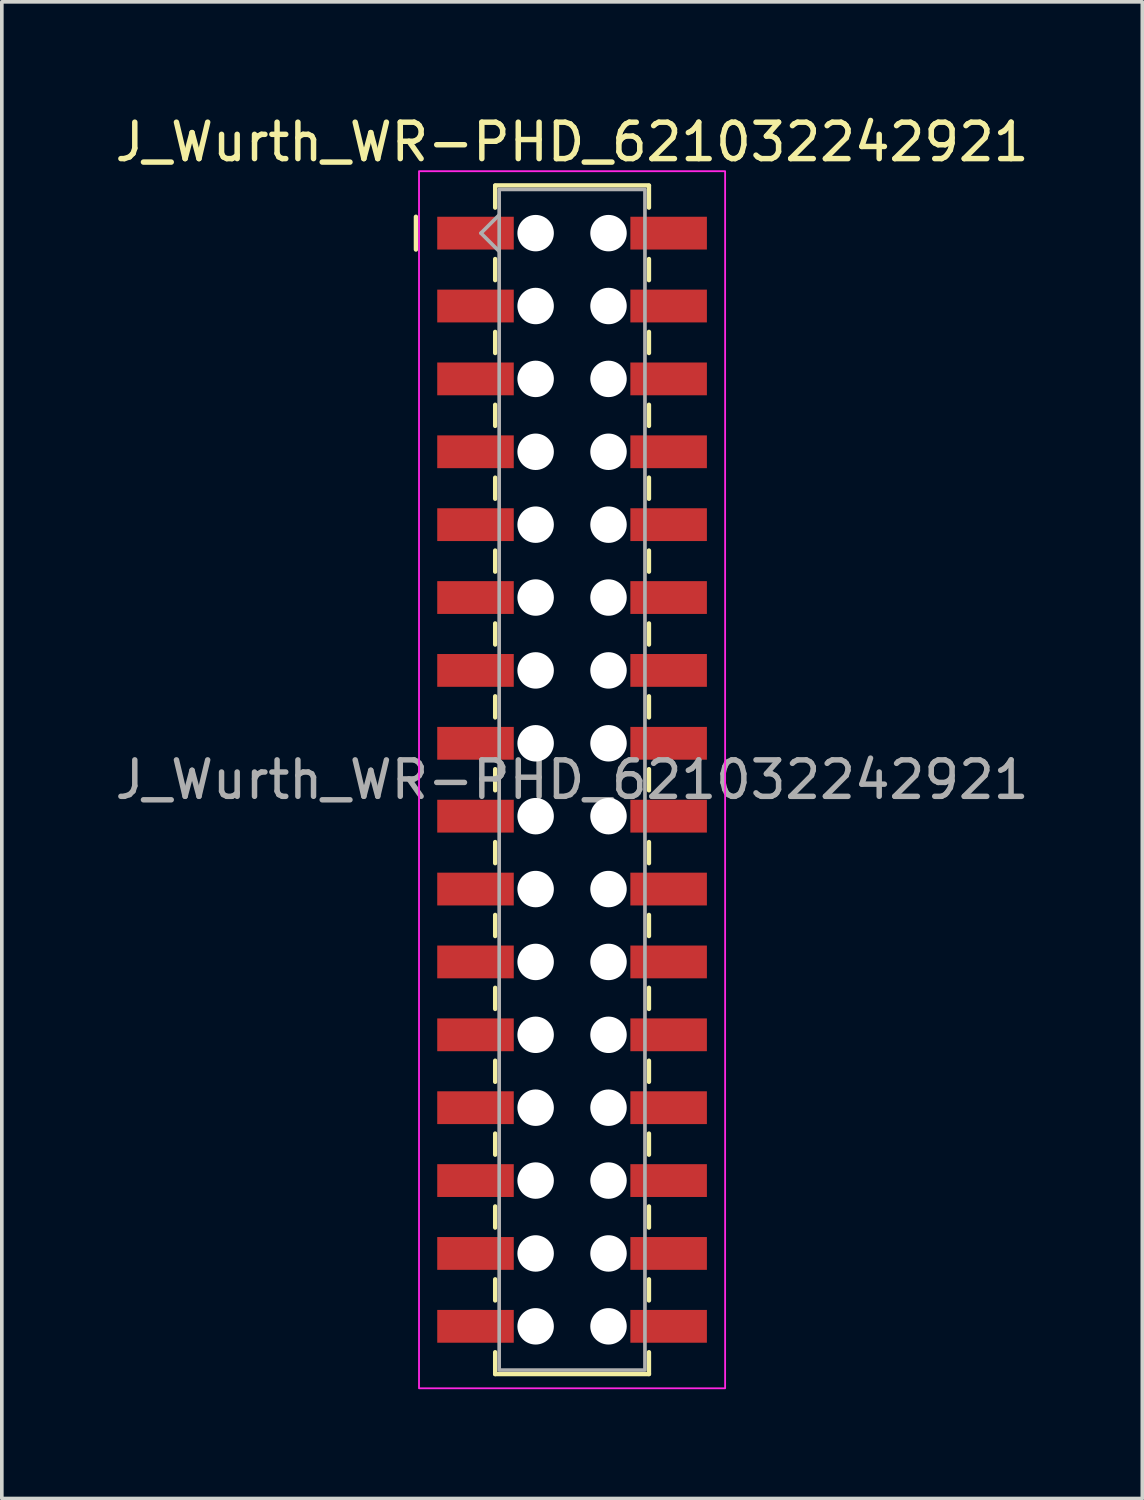
<source format=kicad_pcb>
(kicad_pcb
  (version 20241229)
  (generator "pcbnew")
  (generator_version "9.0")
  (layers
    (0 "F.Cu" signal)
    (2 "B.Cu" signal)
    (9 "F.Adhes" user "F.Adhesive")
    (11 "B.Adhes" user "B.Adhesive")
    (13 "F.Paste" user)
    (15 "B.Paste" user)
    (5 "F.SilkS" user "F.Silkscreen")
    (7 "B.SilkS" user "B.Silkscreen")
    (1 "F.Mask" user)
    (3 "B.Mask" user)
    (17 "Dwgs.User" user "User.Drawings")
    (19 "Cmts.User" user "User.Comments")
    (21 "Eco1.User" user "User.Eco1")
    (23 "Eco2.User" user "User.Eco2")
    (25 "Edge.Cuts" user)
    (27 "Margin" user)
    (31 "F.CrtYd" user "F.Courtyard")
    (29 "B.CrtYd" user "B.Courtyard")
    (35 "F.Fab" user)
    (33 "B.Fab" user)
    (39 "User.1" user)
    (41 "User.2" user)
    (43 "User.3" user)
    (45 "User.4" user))
  (footprint "J_Wurth_WR-PHD_621032242921"
    (layer "F.Cu")
    (at 12.649 18.348)
    (property "Reference" "J_Wurth_WR-PHD_621032242921" (at 0 -17.5 0) (unlocked yes) (layer "F.SilkS") (effects (font (size 1 1) (thickness 0.15))))
    (attr smd)
    (fp_line (start -4.285 -15.45) (end -4.285 -14.55) (stroke (width 0.12) (type solid)) (layer "F.SilkS"))
    (fp_line (start -2.11 -16.31) (end 2.11 -16.31) (stroke (width 0.12) (type solid)) (layer "F.SilkS"))
    (fp_line (start -2.11 -15.7) (end -2.11 -16.3) (stroke (width 0.12) (type solid)) (layer "F.SilkS"))
    (fp_line (start -2.11 -14.29) (end -2.11 -13.71) (stroke (width 0.12) (type solid)) (layer "F.SilkS"))
    (fp_line (start -2.11 -12.29) (end -2.11 -11.71) (stroke (width 0.12) (type solid)) (layer "F.SilkS"))
    (fp_line (start -2.11 -10.29) (end -2.11 -9.71) (stroke (width 0.12) (type solid)) (layer "F.SilkS"))
    (fp_line (start -2.11 -8.29) (end -2.11 -7.71) (stroke (width 0.12) (type solid)) (layer "F.SilkS"))
    (fp_line (start -2.11 -6.29) (end -2.11 -5.71) (stroke (width 0.12) (type solid)) (layer "F.SilkS"))
    (fp_line (start -2.11 -4.29) (end -2.11 -3.71) (stroke (width 0.12) (type solid)) (layer "F.SilkS"))
    (fp_line (start -2.11 -2.29) (end -2.11 -1.71) (stroke (width 0.12) (type solid)) (layer "F.SilkS"))
    (fp_line (start -2.11 -0.29) (end -2.11 0.29) (stroke (width 0.12) (type solid)) (layer "F.SilkS"))
    (fp_line (start -2.11 1.71) (end -2.11 2.29) (stroke (width 0.12) (type solid)) (layer "F.SilkS"))
    (fp_line (start -2.11 3.71) (end -2.11 4.29) (stroke (width 0.12) (type solid)) (layer "F.SilkS"))
    (fp_line (start -2.11 5.71) (end -2.11 6.29) (stroke (width 0.12) (type solid)) (layer "F.SilkS"))
    (fp_line (start -2.11 7.71) (end -2.11 8.29) (stroke (width 0.12) (type solid)) (layer "F.SilkS"))
    (fp_line (start -2.11 9.71) (end -2.11 10.29) (stroke (width 0.12) (type solid)) (layer "F.SilkS"))
    (fp_line (start -2.11 11.71) (end -2.11 12.29) (stroke (width 0.12) (type solid)) (layer "F.SilkS"))
    (fp_line (start -2.11 13.71) (end -2.11 14.29) (stroke (width 0.12) (type solid)) (layer "F.SilkS"))
    (fp_line (start -2.11 15.71) (end -2.11 16.31) (stroke (width 0.12) (type solid)) (layer "F.SilkS"))
    (fp_line (start 2.11 -15.7) (end 2.11 -16.3) (stroke (width 0.12) (type solid)) (layer "F.SilkS"))
    (fp_line (start 2.11 -14.29) (end 2.11 -13.71) (stroke (width 0.12) (type solid)) (layer "F.SilkS"))
    (fp_line (start 2.11 -12.29) (end 2.11 -11.71) (stroke (width 0.12) (type solid)) (layer "F.SilkS"))
    (fp_line (start 2.11 -10.29) (end 2.11 -9.71) (stroke (width 0.12) (type solid)) (layer "F.SilkS"))
    (fp_line (start 2.11 -8.29) (end 2.11 -7.71) (stroke (width 0.12) (type solid)) (layer "F.SilkS"))
    (fp_line (start 2.11 -6.29) (end 2.11 -5.71) (stroke (width 0.12) (type solid)) (layer "F.SilkS"))
    (fp_line (start 2.11 -4.29) (end 2.11 -3.71) (stroke (width 0.12) (type solid)) (layer "F.SilkS"))
    (fp_line (start 2.11 -2.29) (end 2.11 -1.71) (stroke (width 0.12) (type solid)) (layer "F.SilkS"))
    (fp_line (start 2.11 -0.29) (end 2.11 0.29) (stroke (width 0.12) (type solid)) (layer "F.SilkS"))
    (fp_line (start 2.11 1.71) (end 2.11 2.29) (stroke (width 0.12) (type solid)) (layer "F.SilkS"))
    (fp_line (start 2.11 3.71) (end 2.11 4.29) (stroke (width 0.12) (type solid)) (layer "F.SilkS"))
    (fp_line (start 2.11 5.71) (end 2.11 6.29) (stroke (width 0.12) (type solid)) (layer "F.SilkS"))
    (fp_line (start 2.11 7.71) (end 2.11 8.29) (stroke (width 0.12) (type solid)) (layer "F.SilkS"))
    (fp_line (start 2.11 9.71) (end 2.11 10.29) (stroke (width 0.12) (type solid)) (layer "F.SilkS"))
    (fp_line (start 2.11 11.71) (end 2.11 12.29) (stroke (width 0.12) (type solid)) (layer "F.SilkS"))
    (fp_line (start 2.11 13.71) (end 2.11 14.29) (stroke (width 0.12) (type solid)) (layer "F.SilkS"))
    (fp_line (start 2.11 15.71) (end 2.11 16.31) (stroke (width 0.12) (type solid)) (layer "F.SilkS"))
    (fp_line (start 2.11 16.31) (end -2.11 16.31) (stroke (width 0.12) (type solid)) (layer "F.SilkS"))
    (fp_rect (start -4.2 -16.7) (end 4.2 16.7) (stroke (width 0.05) (type solid)) (fill no) (layer "F.CrtYd"))
    (fp_line (start -2.5 -15) (end -2 -14.5) (stroke (width 0.1) (type default)) (layer "F.Fab"))
    (fp_line (start -2 -15.5) (end -2.5 -15) (stroke (width 0.1) (type default)) (layer "F.Fab"))
    (fp_rect (start -2 -16.2) (end 2 16.2) (stroke (width 0.1) (type solid)) (fill no) (layer "F.Fab"))
    (fp_text user "${REFERENCE}" (at 0 0 0) (unlocked yes) (layer "F.Fab") (effects (font (size 1 1) (thickness 0.15))))
    (pad "" np_thru_hole circle (at -1 -15 270) (size 1 1) (drill 1) (layers "*.Cu" "*.Mask"))
    (pad "" np_thru_hole circle (at -1 -13 270) (size 1 1) (drill 1) (layers "*.Cu" "*.Mask"))
    (pad "" np_thru_hole circle (at -1 -11 270) (size 1 1) (drill 1) (layers "*.Cu" "*.Mask"))
    (pad "" np_thru_hole circle (at -1 -9 270) (size 1 1) (drill 1) (layers "*.Cu" "*.Mask"))
    (pad "" np_thru_hole circle (at -1 -7 270) (size 1 1) (drill 1) (layers "*.Cu" "*.Mask"))
    (pad "" np_thru_hole circle (at -1 -5 270) (size 1 1) (drill 1) (layers "*.Cu" "*.Mask"))
    (pad "" np_thru_hole circle (at -1 -3 270) (size 1 1) (drill 1) (layers "*.Cu" "*.Mask"))
    (pad "" np_thru_hole circle (at -1 -1 270) (size 1 1) (drill 1) (layers "*.Cu" "*.Mask"))
    (pad "" np_thru_hole circle (at -1 1 270) (size 1 1) (drill 1) (layers "*.Cu" "*.Mask"))
    (pad "" np_thru_hole circle (at -1 3 270) (size 1 1) (drill 1) (layers "*.Cu" "*.Mask"))
    (pad "" np_thru_hole circle (at -1 5 270) (size 1 1) (drill 1) (layers "*.Cu" "*.Mask"))
    (pad "" np_thru_hole circle (at -1 7 270) (size 1 1) (drill 1) (layers "*.Cu" "*.Mask"))
    (pad "" np_thru_hole circle (at -1 9 270) (size 1 1) (drill 1) (layers "*.Cu" "*.Mask"))
    (pad "" np_thru_hole circle (at -1 11 270) (size 1 1) (drill 1) (layers "*.Cu" "*.Mask"))
    (pad "" np_thru_hole circle (at -1 13 270) (size 1 1) (drill 1) (layers "*.Cu" "*.Mask"))
    (pad "" np_thru_hole circle (at -1 15 270) (size 1 1) (drill 1) (layers "*.Cu" "*.Mask"))
    (pad "" np_thru_hole circle (at 1 -15 270) (size 1 1) (drill 1) (layers "*.Cu" "*.Mask"))
    (pad "" np_thru_hole circle (at 1 -13 270) (size 1 1) (drill 1) (layers "*.Cu" "*.Mask"))
    (pad "" np_thru_hole circle (at 1 -11 270) (size 1 1) (drill 1) (layers "*.Cu" "*.Mask"))
    (pad "" np_thru_hole circle (at 1 -9 270) (size 1 1) (drill 1) (layers "*.Cu" "*.Mask"))
    (pad "" np_thru_hole circle (at 1 -7 270) (size 1 1) (drill 1) (layers "*.Cu" "*.Mask"))
    (pad "" np_thru_hole circle (at 1 -5 270) (size 1 1) (drill 1) (layers "*.Cu" "*.Mask"))
    (pad "" np_thru_hole circle (at 1 -3 270) (size 1 1) (drill 1) (layers "*.Cu" "*.Mask"))
    (pad "" np_thru_hole circle (at 1 -1 270) (size 1 1) (drill 1) (layers "*.Cu" "*.Mask"))
    (pad "" np_thru_hole circle (at 1 1 270) (size 1 1) (drill 1) (layers "*.Cu" "*.Mask"))
    (pad "" np_thru_hole circle (at 1 3 270) (size 1 1) (drill 1) (layers "*.Cu" "*.Mask"))
    (pad "" np_thru_hole circle (at 1 5 270) (size 1 1) (drill 1) (layers "*.Cu" "*.Mask"))
    (pad "" np_thru_hole circle (at 1 7 270) (size 1 1) (drill 1) (layers "*.Cu" "*.Mask"))
    (pad "" np_thru_hole circle (at 1 9 270) (size 1 1) (drill 1) (layers "*.Cu" "*.Mask"))
    (pad "" np_thru_hole circle (at 1 11 270) (size 1 1) (drill 1) (layers "*.Cu" "*.Mask"))
    (pad "" np_thru_hole circle (at 1 13 270) (size 1 1) (drill 1) (layers "*.Cu" "*.Mask"))
    (pad "" np_thru_hole circle (at 1 15 270) (size 1 1) (drill 1) (layers "*.Cu" "*.Mask"))
    (pad "1" smd rect (at -2.65 -15 270) (size 0.9 2.1) (layers "F.Cu" "F.Mask" "F.Paste"))
    (pad "2" smd rect (at 2.65 -15 270) (size 0.9 2.1) (layers "F.Cu" "F.Mask" "F.Paste"))
    (pad "3" smd rect (at -2.65 -13 270) (size 0.9 2.1) (layers "F.Cu" "F.Mask" "F.Paste"))
    (pad "4" smd rect (at 2.65 -13 270) (size 0.9 2.1) (layers "F.Cu" "F.Mask" "F.Paste"))
    (pad "5" smd rect (at -2.65 -11 270) (size 0.9 2.1) (layers "F.Cu" "F.Mask" "F.Paste"))
    (pad "6" smd rect (at 2.65 -11 270) (size 0.9 2.1) (layers "F.Cu" "F.Mask" "F.Paste"))
    (pad "7" smd rect (at -2.65 -9 270) (size 0.9 2.1) (layers "F.Cu" "F.Mask" "F.Paste"))
    (pad "8" smd rect (at 2.65 -9 270) (size 0.9 2.1) (layers "F.Cu" "F.Mask" "F.Paste"))
    (pad "9" smd rect (at -2.65 -7 270) (size 0.9 2.1) (layers "F.Cu" "F.Mask" "F.Paste"))
    (pad "10" smd rect (at 2.65 -7 270) (size 0.9 2.1) (layers "F.Cu" "F.Mask" "F.Paste"))
    (pad "11" smd rect (at -2.65 -5 270) (size 0.9 2.1) (layers "F.Cu" "F.Mask" "F.Paste"))
    (pad "12" smd rect (at 2.65 -5 270) (size 0.9 2.1) (layers "F.Cu" "F.Mask" "F.Paste"))
    (pad "13" smd rect (at -2.65 -3 270) (size 0.9 2.1) (layers "F.Cu" "F.Mask" "F.Paste"))
    (pad "14" smd rect (at 2.65 -3 270) (size 0.9 2.1) (layers "F.Cu" "F.Mask" "F.Paste"))
    (pad "15" smd rect (at -2.65 -1 270) (size 0.9 2.1) (layers "F.Cu" "F.Mask" "F.Paste"))
    (pad "16" smd rect (at 2.65 -1 270) (size 0.9 2.1) (layers "F.Cu" "F.Mask" "F.Paste"))
    (pad "17" smd rect (at -2.65 1 270) (size 0.9 2.1) (layers "F.Cu" "F.Mask" "F.Paste"))
    (pad "18" smd rect (at 2.65 1 270) (size 0.9 2.1) (layers "F.Cu" "F.Mask" "F.Paste"))
    (pad "19" smd rect (at -2.65 3 270) (size 0.9 2.1) (layers "F.Cu" "F.Mask" "F.Paste"))
    (pad "20" smd rect (at 2.65 3 270) (size 0.9 2.1) (layers "F.Cu" "F.Mask" "F.Paste"))
    (pad "21" smd rect (at -2.65 5 270) (size 0.9 2.1) (layers "F.Cu" "F.Mask" "F.Paste"))
    (pad "22" smd rect (at 2.65 5 270) (size 0.9 2.1) (layers "F.Cu" "F.Mask" "F.Paste"))
    (pad "23" smd rect (at -2.65 7 270) (size 0.9 2.1) (layers "F.Cu" "F.Mask" "F.Paste"))
    (pad "24" smd rect (at 2.65 7 270) (size 0.9 2.1) (layers "F.Cu" "F.Mask" "F.Paste"))
    (pad "25" smd rect (at -2.65 9 270) (size 0.9 2.1) (layers "F.Cu" "F.Mask" "F.Paste"))
    (pad "26" smd rect (at 2.65 9 270) (size 0.9 2.1) (layers "F.Cu" "F.Mask" "F.Paste"))
    (pad "27" smd rect (at -2.65 11 270) (size 0.9 2.1) (layers "F.Cu" "F.Mask" "F.Paste"))
    (pad "28" smd rect (at 2.65 11 270) (size 0.9 2.1) (layers "F.Cu" "F.Mask" "F.Paste"))
    (pad "29" smd rect (at -2.65 13 270) (size 0.9 2.1) (layers "F.Cu" "F.Mask" "F.Paste"))
    (pad "30" smd rect (at 2.65 13 270) (size 0.9 2.1) (layers "F.Cu" "F.Mask" "F.Paste"))
    (pad "31" smd rect (at -2.65 15 270) (size 0.9 2.1) (layers "F.Cu" "F.Mask" "F.Paste"))
    (pad "32" smd rect (at 2.65 15 270) (size 0.9 2.1) (layers "F.Cu" "F.Mask" "F.Paste")))
  (gr_rect
    (start -3 -3)
    (end 28.298 38.073)
    (stroke (width 0.1) (type default))
    (fill no)
    (layer "Edge.Cuts")))
</source>
